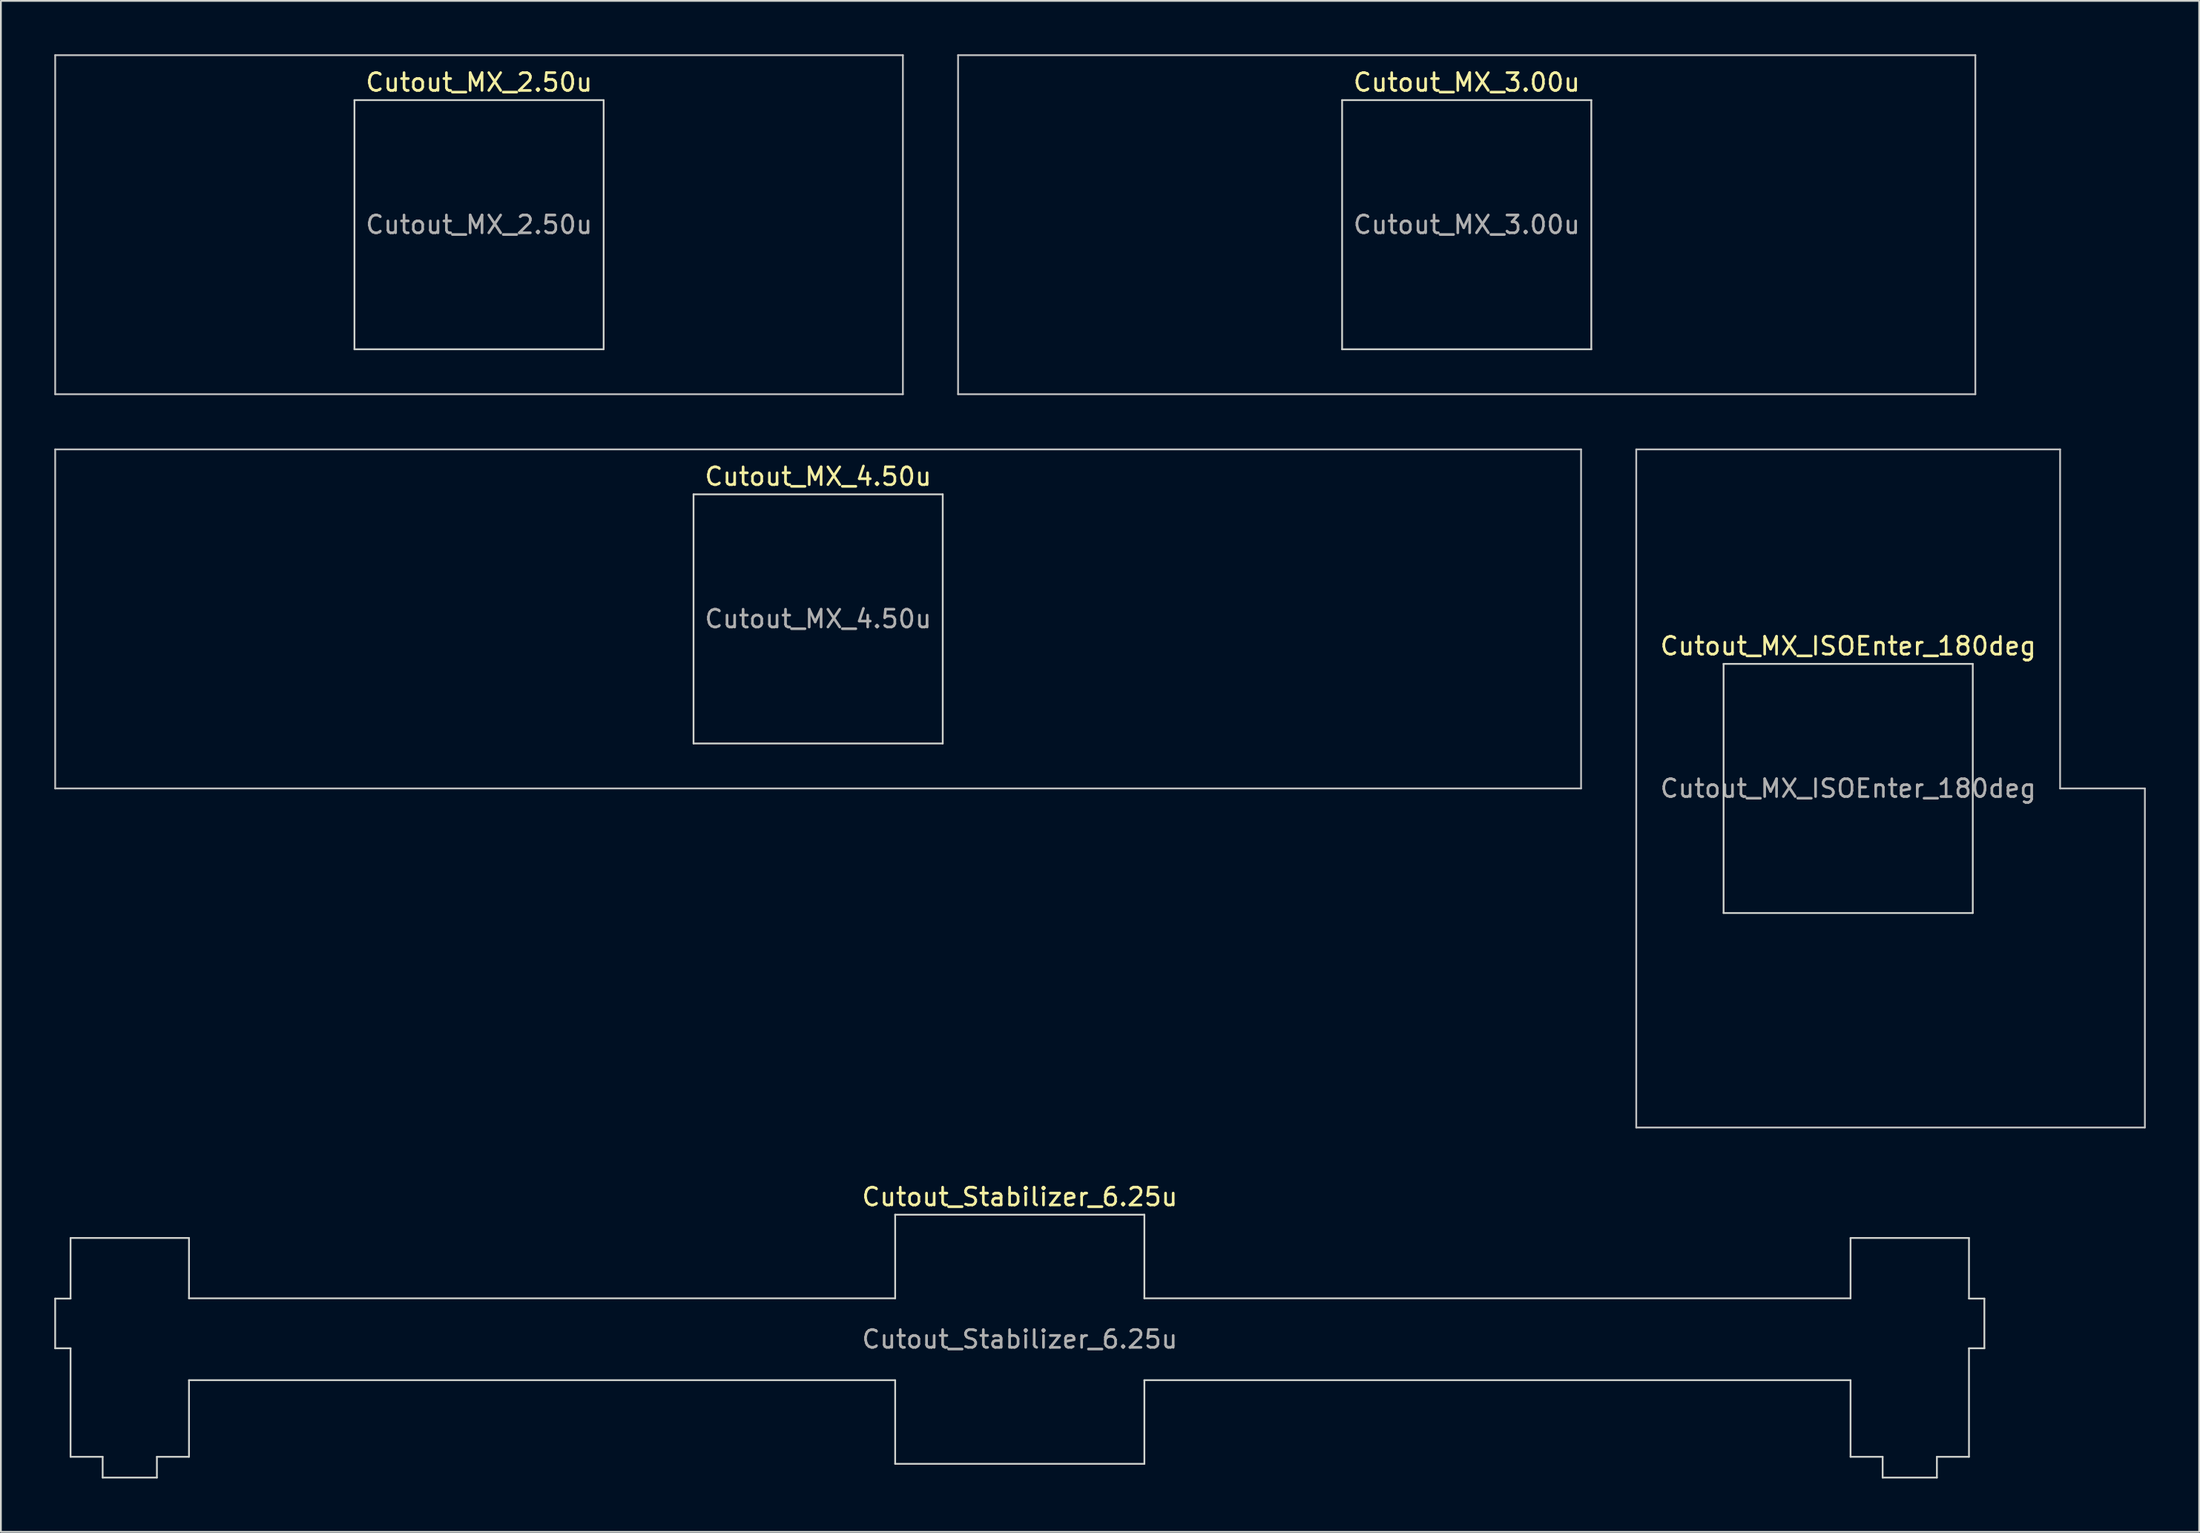
<source format=kicad_pcb>
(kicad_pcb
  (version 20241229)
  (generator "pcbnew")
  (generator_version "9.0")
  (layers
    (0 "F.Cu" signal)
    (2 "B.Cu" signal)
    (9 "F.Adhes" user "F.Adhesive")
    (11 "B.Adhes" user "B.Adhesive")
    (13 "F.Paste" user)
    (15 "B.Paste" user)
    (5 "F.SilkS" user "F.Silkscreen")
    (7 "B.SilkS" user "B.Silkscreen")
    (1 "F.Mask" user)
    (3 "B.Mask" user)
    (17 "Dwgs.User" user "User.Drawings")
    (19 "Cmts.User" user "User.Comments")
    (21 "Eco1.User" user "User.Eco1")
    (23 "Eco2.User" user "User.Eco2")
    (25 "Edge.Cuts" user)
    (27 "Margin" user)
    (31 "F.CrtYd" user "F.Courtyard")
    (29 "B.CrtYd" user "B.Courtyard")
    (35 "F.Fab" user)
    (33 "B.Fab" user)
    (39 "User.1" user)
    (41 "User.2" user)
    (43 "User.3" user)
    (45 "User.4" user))
  (footprint "Cutout_MX_2.50u"
    (layer "F.Cu")
    (at 23.863 9.575)
    (property "Reference" "Cutout_MX_2.50u" (at 0 -8 0) (layer "F.SilkS") (effects (font (size 1 1) (thickness 0.15))))
    (attr through_hole)
    (fp_line (start -23.812 -9.525) (end -23.812 9.525) (stroke (width 0.1) (type solid)) (layer "Dwgs.User"))
    (fp_line (start -23.812 9.525) (end 23.812 9.525) (stroke (width 0.1) (type solid)) (layer "Dwgs.User"))
    (fp_line (start 23.812 -9.525) (end -23.812 -9.525) (stroke (width 0.1) (type solid)) (layer "Dwgs.User"))
    (fp_line (start 23.812 9.525) (end 23.812 -9.525) (stroke (width 0.1) (type solid)) (layer "Dwgs.User"))
    (fp_line (start -7 -7) (end -7 7) (stroke (width 0.1) (type solid)) (layer "Edge.Cuts"))
    (fp_line (start -7 7) (end 7 7) (stroke (width 0.1) (type solid)) (layer "Edge.Cuts"))
    (fp_line (start 7 -7) (end -7 -7) (stroke (width 0.1) (type solid)) (layer "Edge.Cuts"))
    (fp_line (start 7 7) (end 7 -7) (stroke (width 0.1) (type solid)) (layer "Edge.Cuts"))
    (fp_text user "${REFERENCE}" (at 0 0 0) (layer "F.Fab") (effects (font (size 1 1) (thickness 0.15)))))
  (footprint "Cutout_Stabilizer_6.25u"
    (layer "F.Cu")
    (at 54.241 72.198)
    (property "Reference" "Cutout_Stabilizer_6.25u" (at 0 -8 0) (layer "F.SilkS") (effects (font (size 1 1) (thickness 0.15))))
    (attr through_hole)
    (fp_line (start -54.191 -2.286) (end -53.327 -2.286) (stroke (width 0.1) (type solid)) (layer "Edge.Cuts"))
    (fp_line (start -54.191 0.508) (end -54.191 -2.286) (stroke (width 0.1) (type solid)) (layer "Edge.Cuts"))
    (fp_line (start -53.327 -5.69) (end -46.673 -5.69) (stroke (width 0.1) (type solid)) (layer "Edge.Cuts"))
    (fp_line (start -53.327 -2.286) (end -53.327 -5.69) (stroke (width 0.1) (type solid)) (layer "Edge.Cuts"))
    (fp_line (start -53.327 0.508) (end -54.191 0.508) (stroke (width 0.1) (type solid)) (layer "Edge.Cuts"))
    (fp_line (start -53.327 6.604) (end -53.327 0.508) (stroke (width 0.1) (type solid)) (layer "Edge.Cuts"))
    (fp_line (start -51.524 6.604) (end -53.327 6.604) (stroke (width 0.1) (type solid)) (layer "Edge.Cuts"))
    (fp_line (start -51.524 7.772) (end -51.524 6.604) (stroke (width 0.1) (type solid)) (layer "Edge.Cuts"))
    (fp_line (start -48.476 6.604) (end -48.476 7.772) (stroke (width 0.1) (type solid)) (layer "Edge.Cuts"))
    (fp_line (start -48.476 7.772) (end -51.524 7.772) (stroke (width 0.1) (type solid)) (layer "Edge.Cuts"))
    (fp_line (start -46.673 -5.69) (end -46.673 -2.3) (stroke (width 0.1) (type solid)) (layer "Edge.Cuts"))
    (fp_line (start -46.673 -2.3) (end -7 -2.3) (stroke (width 0.1) (type solid)) (layer "Edge.Cuts"))
    (fp_line (start -46.673 2.3) (end -46.673 6.604) (stroke (width 0.1) (type solid)) (layer "Edge.Cuts"))
    (fp_line (start -46.673 6.604) (end -48.476 6.604) (stroke (width 0.1) (type solid)) (layer "Edge.Cuts"))
    (fp_line (start -7 -7) (end -7 -2.3) (stroke (width 0.1) (type solid)) (layer "Edge.Cuts"))
    (fp_line (start -7 -7) (end 7 -7) (stroke (width 0.1) (type solid)) (layer "Edge.Cuts"))
    (fp_line (start -7 2.3) (end -46.673 2.3) (stroke (width 0.1) (type solid)) (layer "Edge.Cuts"))
    (fp_line (start -7 2.3) (end -7 7) (stroke (width 0.1) (type solid)) (layer "Edge.Cuts"))
    (fp_line (start -7 7) (end 7 7) (stroke (width 0.1) (type solid)) (layer "Edge.Cuts"))
    (fp_line (start 7 -7) (end 7 -2.3) (stroke (width 0.1) (type solid)) (layer "Edge.Cuts"))
    (fp_line (start 7 2.3) (end 7 7) (stroke (width 0.1) (type solid)) (layer "Edge.Cuts"))
    (fp_line (start 7 2.3) (end 46.673 2.3) (stroke (width 0.1) (type solid)) (layer "Edge.Cuts"))
    (fp_line (start 46.673 -5.69) (end 46.673 -2.3) (stroke (width 0.1) (type solid)) (layer "Edge.Cuts"))
    (fp_line (start 46.673 -2.3) (end 7 -2.3) (stroke (width 0.1) (type solid)) (layer "Edge.Cuts"))
    (fp_line (start 46.673 2.3) (end 46.673 6.604) (stroke (width 0.1) (type solid)) (layer "Edge.Cuts"))
    (fp_line (start 46.673 6.604) (end 48.476 6.604) (stroke (width 0.1) (type solid)) (layer "Edge.Cuts"))
    (fp_line (start 48.476 6.604) (end 48.476 7.772) (stroke (width 0.1) (type solid)) (layer "Edge.Cuts"))
    (fp_line (start 48.476 7.772) (end 51.524 7.772) (stroke (width 0.1) (type solid)) (layer "Edge.Cuts"))
    (fp_line (start 51.524 6.604) (end 53.327 6.604) (stroke (width 0.1) (type solid)) (layer "Edge.Cuts"))
    (fp_line (start 51.524 7.772) (end 51.524 6.604) (stroke (width 0.1) (type solid)) (layer "Edge.Cuts"))
    (fp_line (start 53.327 -5.69) (end 46.673 -5.69) (stroke (width 0.1) (type solid)) (layer "Edge.Cuts"))
    (fp_line (start 53.327 -2.286) (end 53.327 -5.69) (stroke (width 0.1) (type solid)) (layer "Edge.Cuts"))
    (fp_line (start 53.327 0.508) (end 54.191 0.508) (stroke (width 0.1) (type solid)) (layer "Edge.Cuts"))
    (fp_line (start 53.327 6.604) (end 53.327 0.508) (stroke (width 0.1) (type solid)) (layer "Edge.Cuts"))
    (fp_line (start 54.191 -2.286) (end 53.327 -2.286) (stroke (width 0.1) (type solid)) (layer "Edge.Cuts"))
    (fp_line (start 54.191 0.508) (end 54.191 -2.286) (stroke (width 0.1) (type solid)) (layer "Edge.Cuts"))
    (fp_text user "${REFERENCE}" (at 0 0 0) (layer "F.Fab") (effects (font (size 1 1) (thickness 0.15)))))
  (footprint "Cutout_MX_ISOEnter_180deg"
    (layer "F.Cu")
    (at 100.781 41.25)
    (property "Reference" "Cutout_MX_ISOEnter_180deg" (at 0 -8 0) (layer "F.SilkS") (effects (font (size 1 1) (thickness 0.15))))
    (attr through_hole)
    (fp_line (start -11.906 -19.05) (end -11.906 19.05) (stroke (width 0.1) (type solid)) (layer "Dwgs.User"))
    (fp_line (start -11.906 19.05) (end 16.669 19.05) (stroke (width 0.1) (type solid)) (layer "Dwgs.User"))
    (fp_line (start 11.906 -19.05) (end -11.906 -19.05) (stroke (width 0.1) (type solid)) (layer "Dwgs.User"))
    (fp_line (start 11.906 0) (end 11.906 -19.05) (stroke (width 0.1) (type solid)) (layer "Dwgs.User"))
    (fp_line (start 16.669 0) (end 11.906 0) (stroke (width 0.1) (type solid)) (layer "Dwgs.User"))
    (fp_line (start 16.669 19.05) (end 16.669 0) (stroke (width 0.1) (type solid)) (layer "Dwgs.User"))
    (fp_line (start -7 -7) (end -7 7) (stroke (width 0.1) (type solid)) (layer "Edge.Cuts"))
    (fp_line (start -7 7) (end 7 7) (stroke (width 0.1) (type solid)) (layer "Edge.Cuts"))
    (fp_line (start 7 -7) (end -7 -7) (stroke (width 0.1) (type solid)) (layer "Edge.Cuts"))
    (fp_line (start 7 7) (end 7 -7) (stroke (width 0.1) (type solid)) (layer "Edge.Cuts"))
    (fp_text user "${REFERENCE}" (at 0 0 0) (layer "F.Fab") (effects (font (size 1 1) (thickness 0.15)))))
  (footprint "Cutout_MX_3.00u"
    (layer "F.Cu")
    (at 79.35 9.575)
    (property "Reference" "Cutout_MX_3.00u" (at 0 -8 0) (layer "F.SilkS") (effects (font (size 1 1) (thickness 0.15))))
    (attr through_hole)
    (fp_line (start -28.575 -9.525) (end -28.575 9.525) (stroke (width 0.1) (type solid)) (layer "Dwgs.User"))
    (fp_line (start -28.575 9.525) (end 28.575 9.525) (stroke (width 0.1) (type solid)) (layer "Dwgs.User"))
    (fp_line (start 28.575 -9.525) (end -28.575 -9.525) (stroke (width 0.1) (type solid)) (layer "Dwgs.User"))
    (fp_line (start 28.575 9.525) (end 28.575 -9.525) (stroke (width 0.1) (type solid)) (layer "Dwgs.User"))
    (fp_line (start -7 -7) (end -7 7) (stroke (width 0.1) (type solid)) (layer "Edge.Cuts"))
    (fp_line (start -7 7) (end 7 7) (stroke (width 0.1) (type solid)) (layer "Edge.Cuts"))
    (fp_line (start 7 -7) (end -7 -7) (stroke (width 0.1) (type solid)) (layer "Edge.Cuts"))
    (fp_line (start 7 7) (end 7 -7) (stroke (width 0.1) (type solid)) (layer "Edge.Cuts"))
    (fp_text user "${REFERENCE}" (at 0 0 0) (layer "F.Fab") (effects (font (size 1 1) (thickness 0.15)))))
  (footprint "Cutout_MX_4.50u"
    (layer "F.Cu")
    (at 42.913 31.725)
    (property "Reference" "Cutout_MX_4.50u" (at 0 -8 0) (layer "F.SilkS") (effects (font (size 1 1) (thickness 0.15))))
    (attr through_hole)
    (fp_line (start -42.862 -9.525) (end -42.862 9.525) (stroke (width 0.1) (type solid)) (layer "Dwgs.User"))
    (fp_line (start -42.862 9.525) (end 42.862 9.525) (stroke (width 0.1) (type solid)) (layer "Dwgs.User"))
    (fp_line (start 42.862 -9.525) (end -42.862 -9.525) (stroke (width 0.1) (type solid)) (layer "Dwgs.User"))
    (fp_line (start 42.862 9.525) (end 42.862 -9.525) (stroke (width 0.1) (type solid)) (layer "Dwgs.User"))
    (fp_line (start -7 -7) (end -7 7) (stroke (width 0.1) (type solid)) (layer "Edge.Cuts"))
    (fp_line (start -7 7) (end 7 7) (stroke (width 0.1) (type solid)) (layer "Edge.Cuts"))
    (fp_line (start 7 -7) (end -7 -7) (stroke (width 0.1) (type solid)) (layer "Edge.Cuts"))
    (fp_line (start 7 7) (end 7 -7) (stroke (width 0.1) (type solid)) (layer "Edge.Cuts"))
    (fp_text user "${REFERENCE}" (at 0 0 0) (layer "F.Fab") (effects (font (size 1 1) (thickness 0.15)))))
  (gr_rect
    (start -3 -3)
    (end 120.5 83.021)
    (stroke (width 0.1) (type default))
    (fill no)
    (layer "Edge.Cuts")))
</source>
